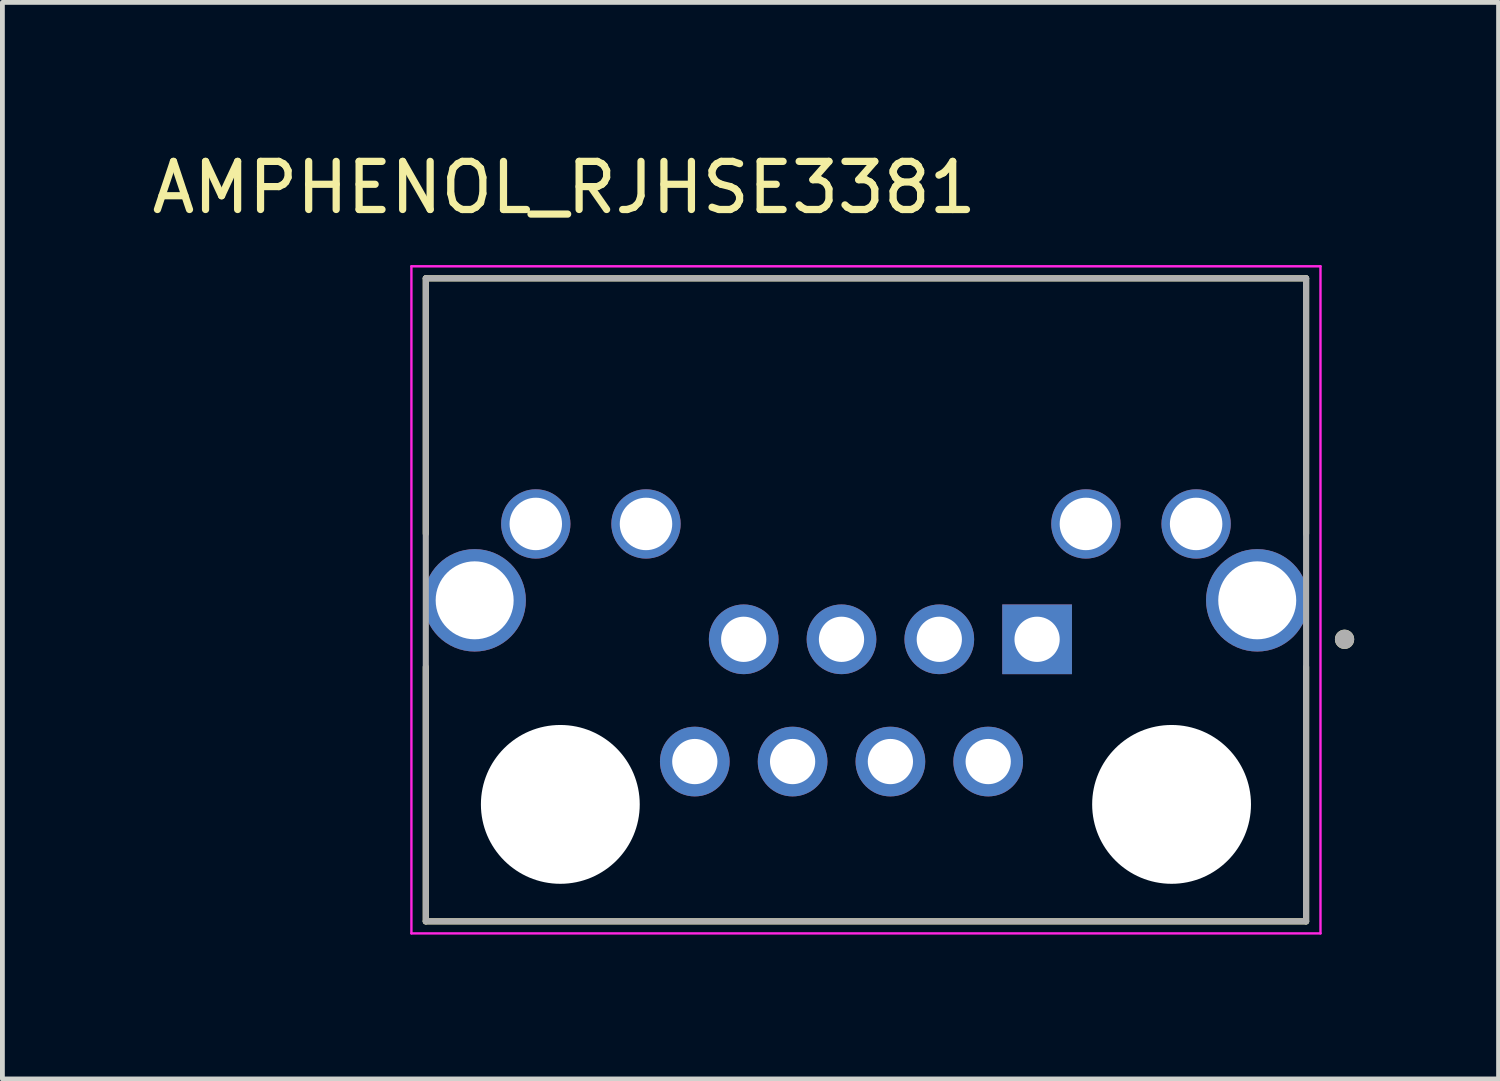
<source format=kicad_pcb>
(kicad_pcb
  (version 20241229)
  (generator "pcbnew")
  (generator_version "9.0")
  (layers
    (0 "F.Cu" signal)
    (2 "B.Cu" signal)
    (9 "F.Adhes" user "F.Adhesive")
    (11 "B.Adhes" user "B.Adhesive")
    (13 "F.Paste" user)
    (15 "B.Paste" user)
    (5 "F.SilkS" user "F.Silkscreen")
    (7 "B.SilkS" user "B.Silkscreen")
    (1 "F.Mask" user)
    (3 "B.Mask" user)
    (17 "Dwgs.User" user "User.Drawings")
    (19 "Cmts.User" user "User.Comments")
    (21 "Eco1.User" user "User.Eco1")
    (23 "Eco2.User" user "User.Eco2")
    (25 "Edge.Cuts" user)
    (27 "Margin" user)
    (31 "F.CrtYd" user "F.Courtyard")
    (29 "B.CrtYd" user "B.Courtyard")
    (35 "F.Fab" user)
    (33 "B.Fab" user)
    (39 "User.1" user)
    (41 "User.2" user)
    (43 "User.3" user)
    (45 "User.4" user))
  (footprint "AMPHENOL_RJHSE3381"
    (layer "F.Cu")
    (at 14.942 13.663)
    (property "Reference" "AMPHENOL_RJHSE3381" (at -6.269 -12.815 0) (layer "F.SilkS") (effects (font (size 1 1) (thickness 0.15))))
    (attr through_hole)
    (fp_line (start -9.145 -10.93) (end 9.145 -10.93) (stroke (width 0.127) (type solid)) (layer "F.SilkS"))
    (fp_line (start -9.145 -5.624) (end -9.145 -10.93) (stroke (width 0.127) (type solid)) (layer "F.SilkS"))
    (fp_line (start -9.145 2.43) (end -9.145 -2.856) (stroke (width 0.127) (type solid)) (layer "F.SilkS"))
    (fp_line (start 9.145 -10.93) (end 9.145 -5.624) (stroke (width 0.127) (type solid)) (layer "F.SilkS"))
    (fp_line (start 9.145 2.43) (end -9.145 2.43) (stroke (width 0.127) (type solid)) (layer "F.SilkS"))
    (fp_line (start 9.145 2.43) (end 9.145 -2.856) (stroke (width 0.127) (type solid)) (layer "F.SilkS"))
    (fp_circle (center 9.944 -3.43) (end 10.044 -3.43) (stroke (width 0.2) (type solid)) (fill no) (layer "F.SilkS"))
    (fp_line (start -9.444 -11.18) (end -9.444 2.68) (stroke (width 0.05) (type solid)) (layer "F.CrtYd"))
    (fp_line (start -9.444 2.68) (end 9.444 2.68) (stroke (width 0.05) (type solid)) (layer "F.CrtYd"))
    (fp_line (start 9.444 -11.18) (end -9.444 -11.18) (stroke (width 0.05) (type solid)) (layer "F.CrtYd"))
    (fp_line (start 9.444 2.68) (end 9.444 -11.18) (stroke (width 0.05) (type solid)) (layer "F.CrtYd"))
    (fp_line (start -9.145 -10.93) (end 9.145 -10.93) (stroke (width 0.127) (type solid)) (layer "F.Fab"))
    (fp_line (start -9.145 2.43) (end -9.145 -10.93) (stroke (width 0.127) (type solid)) (layer "F.Fab"))
    (fp_line (start 9.145 -10.93) (end 9.145 2.43) (stroke (width 0.127) (type solid)) (layer "F.Fab"))
    (fp_line (start 9.145 2.43) (end -9.145 2.43) (stroke (width 0.127) (type solid)) (layer "F.Fab"))
    (fp_circle (center 9.944 -3.43) (end 10.044 -3.43) (stroke (width 0.2) (type solid)) (fill no) (layer "F.Fab"))
    (pad "" np_thru_hole circle (at -6.35 0) (size 3.3 3.3) (drill 3.3) (layers "*.Cu" "*.Mask"))
    (pad "" np_thru_hole circle (at 6.35 0) (size 3.3 3.3) (drill 3.3) (layers "*.Cu" "*.Mask"))
    (pad "1" thru_hole rect (at 3.556 -3.43) (size 1.448 1.448) (drill 0.94) (layers "*.Cu" "*.Mask"))
    (pad "2" thru_hole circle (at 2.54 -0.89) (size 1.448 1.448) (drill 0.94) (layers "*.Cu" "*.Mask"))
    (pad "3" thru_hole circle (at 1.524 -3.43) (size 1.448 1.448) (drill 0.94) (layers "*.Cu" "*.Mask"))
    (pad "4" thru_hole circle (at 0.508 -0.89) (size 1.448 1.448) (drill 0.94) (layers "*.Cu" "*.Mask"))
    (pad "5" thru_hole circle (at -0.508 -3.43) (size 1.448 1.448) (drill 0.94) (layers "*.Cu" "*.Mask"))
    (pad "6" thru_hole circle (at -1.524 -0.89) (size 1.448 1.448) (drill 0.94) (layers "*.Cu" "*.Mask"))
    (pad "7" thru_hole circle (at -2.54 -3.43) (size 1.448 1.448) (drill 0.94) (layers "*.Cu" "*.Mask"))
    (pad "8" thru_hole circle (at -3.556 -0.89) (size 1.448 1.448) (drill 0.94) (layers "*.Cu" "*.Mask"))
    (pad "9" thru_hole circle (at 6.86 -5.827) (size 1.44 1.44) (drill 1.09) (layers "*.Cu" "*.Mask"))
    (pad "10" thru_hole circle (at 4.57 -5.827) (size 1.44 1.44) (drill 1.09) (layers "*.Cu" "*.Mask"))
    (pad "11" thru_hole circle (at -4.57 -5.827) (size 1.44 1.44) (drill 1.09) (layers "*.Cu" "*.Mask"))
    (pad "12" thru_hole circle (at -6.86 -5.827) (size 1.44 1.44) (drill 1.09) (layers "*.Cu" "*.Mask"))
    (pad "S1" thru_hole circle (at -8.13 -4.24) (size 2.128 2.128) (drill 1.62) (layers "*.Cu" "*.Mask"))
    (pad "S2" thru_hole circle (at 8.13 -4.24) (size 2.128 2.128) (drill 1.62) (layers "*.Cu" "*.Mask")))
  (gr_rect
    (start -3 -3)
    (end 28.086 19.368)
    (stroke (width 0.1) (type default))
    (fill no)
    (layer "Edge.Cuts")))
</source>
